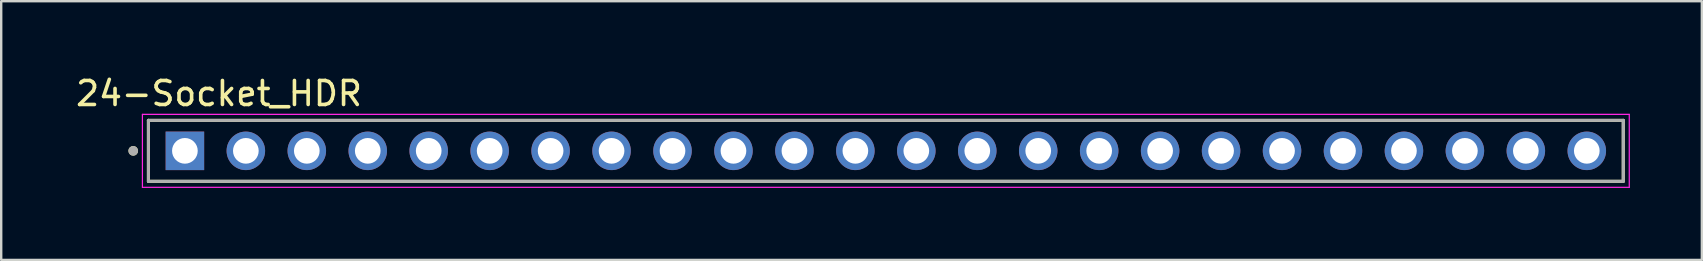
<source format=kicad_pcb>
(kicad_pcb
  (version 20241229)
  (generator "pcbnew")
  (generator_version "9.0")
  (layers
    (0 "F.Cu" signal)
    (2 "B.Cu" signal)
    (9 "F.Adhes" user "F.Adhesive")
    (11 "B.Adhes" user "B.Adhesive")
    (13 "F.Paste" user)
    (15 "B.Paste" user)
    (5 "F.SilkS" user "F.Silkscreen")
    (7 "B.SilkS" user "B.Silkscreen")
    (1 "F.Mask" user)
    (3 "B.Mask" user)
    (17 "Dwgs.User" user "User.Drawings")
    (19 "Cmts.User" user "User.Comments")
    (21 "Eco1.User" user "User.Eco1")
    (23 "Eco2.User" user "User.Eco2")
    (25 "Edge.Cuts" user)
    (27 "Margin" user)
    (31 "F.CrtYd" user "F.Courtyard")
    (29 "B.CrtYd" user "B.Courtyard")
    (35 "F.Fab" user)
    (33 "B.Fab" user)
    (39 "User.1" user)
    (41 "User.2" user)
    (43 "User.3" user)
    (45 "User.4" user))
  (footprint "24-Socket_HDR"
    (layer "F.Cu")
    (at 33.865 3.236)
    (property "Reference" "24-Socket_HDR" (at -27.788 -2.388 0) (layer "F.SilkS") (effects (font (size 1 1) (thickness 0.15))))
    (attr through_hole)
    (fp_line (start -30.73 -1.27) (end -30.73 1.27) (stroke (width 0.127) (type solid)) (layer "F.SilkS"))
    (fp_line (start -30.73 1.27) (end 30.73 1.27) (stroke (width 0.127) (type solid)) (layer "F.SilkS"))
    (fp_line (start 30.73 -1.27) (end -30.73 -1.27) (stroke (width 0.127) (type solid)) (layer "F.SilkS"))
    (fp_line (start 30.73 1.27) (end 30.73 -1.27) (stroke (width 0.127) (type solid)) (layer "F.SilkS"))
    (fp_circle (center -31.363 0) (end -31.262 0) (stroke (width 0.2) (type solid)) (fill no) (layer "F.SilkS"))
    (fp_line (start -30.98 -1.52) (end -30.98 1.52) (stroke (width 0.05) (type solid)) (layer "F.CrtYd"))
    (fp_line (start -30.98 1.52) (end 30.98 1.52) (stroke (width 0.05) (type solid)) (layer "F.CrtYd"))
    (fp_line (start 30.98 -1.52) (end -30.98 -1.52) (stroke (width 0.05) (type solid)) (layer "F.CrtYd"))
    (fp_line (start 30.98 1.52) (end 30.98 -1.52) (stroke (width 0.05) (type solid)) (layer "F.CrtYd"))
    (fp_line (start -30.73 -1.27) (end -30.73 1.27) (stroke (width 0.127) (type solid)) (layer "F.Fab"))
    (fp_line (start -30.73 1.27) (end 30.73 1.27) (stroke (width 0.127) (type solid)) (layer "F.Fab"))
    (fp_line (start 30.73 -1.27) (end -30.73 -1.27) (stroke (width 0.127) (type solid)) (layer "F.Fab"))
    (fp_line (start 30.73 1.27) (end 30.73 -1.27) (stroke (width 0.127) (type solid)) (layer "F.Fab"))
    (fp_circle (center -31.363 0) (end -31.262 0) (stroke (width 0.2) (type solid)) (fill no) (layer "F.Fab"))
    (pad "1" thru_hole rect (at -29.21 0) (size 1.605 1.605) (drill 1.07) (layers "*.Cu" "*.Mask"))
    (pad "2" thru_hole circle (at -26.67 0) (size 1.605 1.605) (drill 1.07) (layers "*.Cu" "*.Mask"))
    (pad "3" thru_hole circle (at -24.13 0) (size 1.605 1.605) (drill 1.07) (layers "*.Cu" "*.Mask"))
    (pad "4" thru_hole circle (at -21.59 0) (size 1.605 1.605) (drill 1.07) (layers "*.Cu" "*.Mask"))
    (pad "5" thru_hole circle (at -19.05 0) (size 1.605 1.605) (drill 1.07) (layers "*.Cu" "*.Mask"))
    (pad "6" thru_hole circle (at -16.51 0) (size 1.605 1.605) (drill 1.07) (layers "*.Cu" "*.Mask"))
    (pad "7" thru_hole circle (at -13.97 0) (size 1.605 1.605) (drill 1.07) (layers "*.Cu" "*.Mask"))
    (pad "8" thru_hole circle (at -11.43 0) (size 1.605 1.605) (drill 1.07) (layers "*.Cu" "*.Mask"))
    (pad "9" thru_hole circle (at -8.89 0) (size 1.605 1.605) (drill 1.07) (layers "*.Cu" "*.Mask"))
    (pad "10" thru_hole circle (at -6.35 0) (size 1.605 1.605) (drill 1.07) (layers "*.Cu" "*.Mask"))
    (pad "11" thru_hole circle (at -3.81 0) (size 1.605 1.605) (drill 1.07) (layers "*.Cu" "*.Mask"))
    (pad "12" thru_hole circle (at -1.27 0) (size 1.605 1.605) (drill 1.07) (layers "*.Cu" "*.Mask"))
    (pad "13" thru_hole circle (at 1.27 0) (size 1.605 1.605) (drill 1.07) (layers "*.Cu" "*.Mask"))
    (pad "14" thru_hole circle (at 3.81 0) (size 1.605 1.605) (drill 1.07) (layers "*.Cu" "*.Mask"))
    (pad "15" thru_hole circle (at 6.35 0) (size 1.605 1.605) (drill 1.07) (layers "*.Cu" "*.Mask"))
    (pad "16" thru_hole circle (at 8.89 0) (size 1.605 1.605) (drill 1.07) (layers "*.Cu" "*.Mask"))
    (pad "17" thru_hole circle (at 11.43 0) (size 1.605 1.605) (drill 1.07) (layers "*.Cu" "*.Mask"))
    (pad "18" thru_hole circle (at 13.97 0) (size 1.605 1.605) (drill 1.07) (layers "*.Cu" "*.Mask"))
    (pad "19" thru_hole circle (at 16.51 0) (size 1.605 1.605) (drill 1.07) (layers "*.Cu" "*.Mask"))
    (pad "20" thru_hole circle (at 19.05 0) (size 1.605 1.605) (drill 1.07) (layers "*.Cu" "*.Mask"))
    (pad "21" thru_hole circle (at 21.59 0) (size 1.605 1.605) (drill 1.07) (layers "*.Cu" "*.Mask"))
    (pad "22" thru_hole circle (at 24.13 0) (size 1.605 1.605) (drill 1.07) (layers "*.Cu" "*.Mask"))
    (pad "23" thru_hole circle (at 26.67 0) (size 1.605 1.605) (drill 1.07) (layers "*.Cu" "*.Mask"))
    (pad "24" thru_hole circle (at 29.21 0) (size 1.605 1.605) (drill 1.07) (layers "*.Cu" "*.Mask")))
  (gr_rect
    (start -3 -3)
    (end 67.87 7.781)
    (stroke (width 0.1) (type default))
    (fill no)
    (layer "Edge.Cuts")))
</source>
